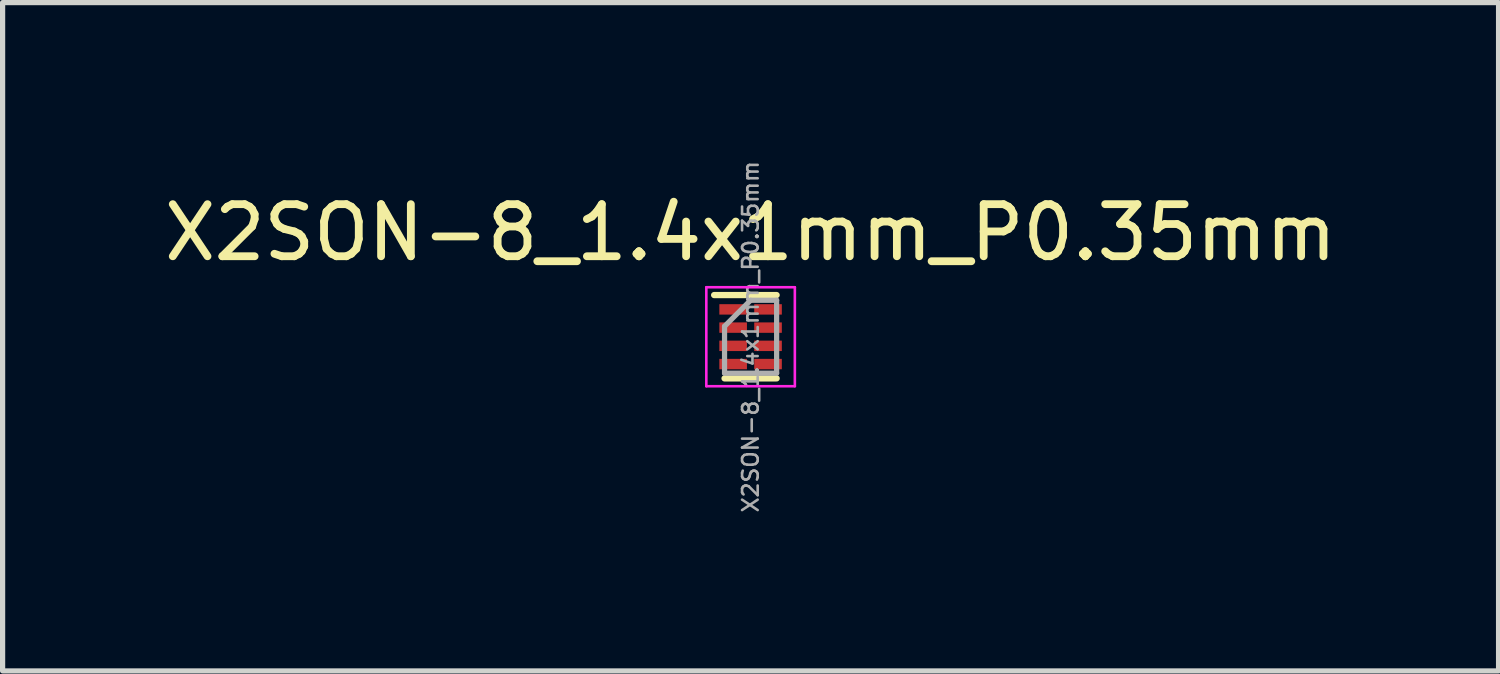
<source format=kicad_pcb>
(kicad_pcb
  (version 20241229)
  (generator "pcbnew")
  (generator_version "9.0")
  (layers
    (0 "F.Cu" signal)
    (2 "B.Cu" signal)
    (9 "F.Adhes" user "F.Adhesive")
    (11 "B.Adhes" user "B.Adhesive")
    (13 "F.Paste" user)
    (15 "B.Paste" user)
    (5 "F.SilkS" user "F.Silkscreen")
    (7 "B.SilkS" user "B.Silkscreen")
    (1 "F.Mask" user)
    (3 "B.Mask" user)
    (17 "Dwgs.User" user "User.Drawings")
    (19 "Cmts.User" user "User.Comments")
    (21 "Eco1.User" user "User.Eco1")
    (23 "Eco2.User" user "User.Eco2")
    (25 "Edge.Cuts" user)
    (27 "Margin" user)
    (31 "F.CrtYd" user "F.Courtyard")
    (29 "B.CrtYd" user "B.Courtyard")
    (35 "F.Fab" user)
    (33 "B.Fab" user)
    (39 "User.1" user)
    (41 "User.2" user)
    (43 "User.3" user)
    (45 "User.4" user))
  (footprint "X2SON-8_1.4x1mm_P0.35mm"
    (layer "F.Cu")
    (at 11.363 3.416)
    (property "Reference" "X2SON-8_1.4x1mm_P0.35mm" (at 0 -2 0) (layer "F.SilkS") (effects (font (size 1 1) (thickness 0.15))))
    (attr smd)
    (fp_line (start 0.5 -0.8) (end -0.7 -0.8) (stroke (width 0.12) (type solid)) (layer "F.SilkS"))
    (fp_line (start 0.5 0.8) (end -0.5 0.8) (stroke (width 0.12) (type solid)) (layer "F.SilkS"))
    (fp_line (start -0.85 -0.95) (end 0.85 -0.95) (stroke (width 0.05) (type solid)) (layer "F.CrtYd"))
    (fp_line (start -0.85 0.95) (end -0.85 -0.95) (stroke (width 0.05) (type solid)) (layer "F.CrtYd"))
    (fp_line (start 0.85 -0.95) (end 0.85 0.95) (stroke (width 0.05) (type solid)) (layer "F.CrtYd"))
    (fp_line (start 0.85 0.95) (end -0.85 0.95) (stroke (width 0.05) (type solid)) (layer "F.CrtYd"))
    (fp_line (start -0.5 0.7) (end -0.5 -0.2) (stroke (width 0.1) (type solid)) (layer "F.Fab"))
    (fp_line (start 0 -0.7) (end -0.5 -0.2) (stroke (width 0.1) (type solid)) (layer "F.Fab"))
    (fp_line (start 0 -0.7) (end 0.5 -0.7) (stroke (width 0.1) (type solid)) (layer "F.Fab"))
    (fp_line (start 0.5 -0.7) (end 0.5 0.7) (stroke (width 0.1) (type solid)) (layer "F.Fab"))
    (fp_line (start 0.5 0.7) (end -0.5 0.7) (stroke (width 0.1) (type solid)) (layer "F.Fab"))
    (fp_text user "${REFERENCE}" (at 0 0 90) (layer "F.Fab") (effects (font (size 0.3 0.3) (thickness 0.05))))
    (pad "1" smd rect (at -0.335 -0.525 270) (size 0.2 0.53) (layers "F.Cu" "F.Mask" "F.Paste"))
    (pad "2" smd rect (at -0.335 -0.175 270) (size 0.2 0.53) (layers "F.Cu" "F.Mask" "F.Paste"))
    (pad "3" smd rect (at -0.335 0.175 270) (size 0.2 0.53) (layers "F.Cu" "F.Mask" "F.Paste"))
    (pad "4" smd rect (at -0.335 0.525 270) (size 0.2 0.53) (layers "F.Cu" "F.Mask" "F.Paste"))
    (pad "5" smd rect (at 0.335 0.525 270) (size 0.2 0.53) (layers "F.Cu" "F.Mask" "F.Paste"))
    (pad "6" smd rect (at 0.335 0.175 270) (size 0.2 0.53) (layers "F.Cu" "F.Mask" "F.Paste"))
    (pad "7" smd rect (at 0.335 -0.175 270) (size 0.2 0.53) (layers "F.Cu" "F.Mask" "F.Paste"))
    (pad "8" smd rect (at 0.335 -0.525 270) (size 0.2 0.53) (layers "F.Cu" "F.Mask" "F.Paste")))
  (gr_rect
    (start -3 -3)
    (end 25.726 9.833)
    (stroke (width 0.1) (type default))
    (fill no)
    (layer "Edge.Cuts")))
</source>
